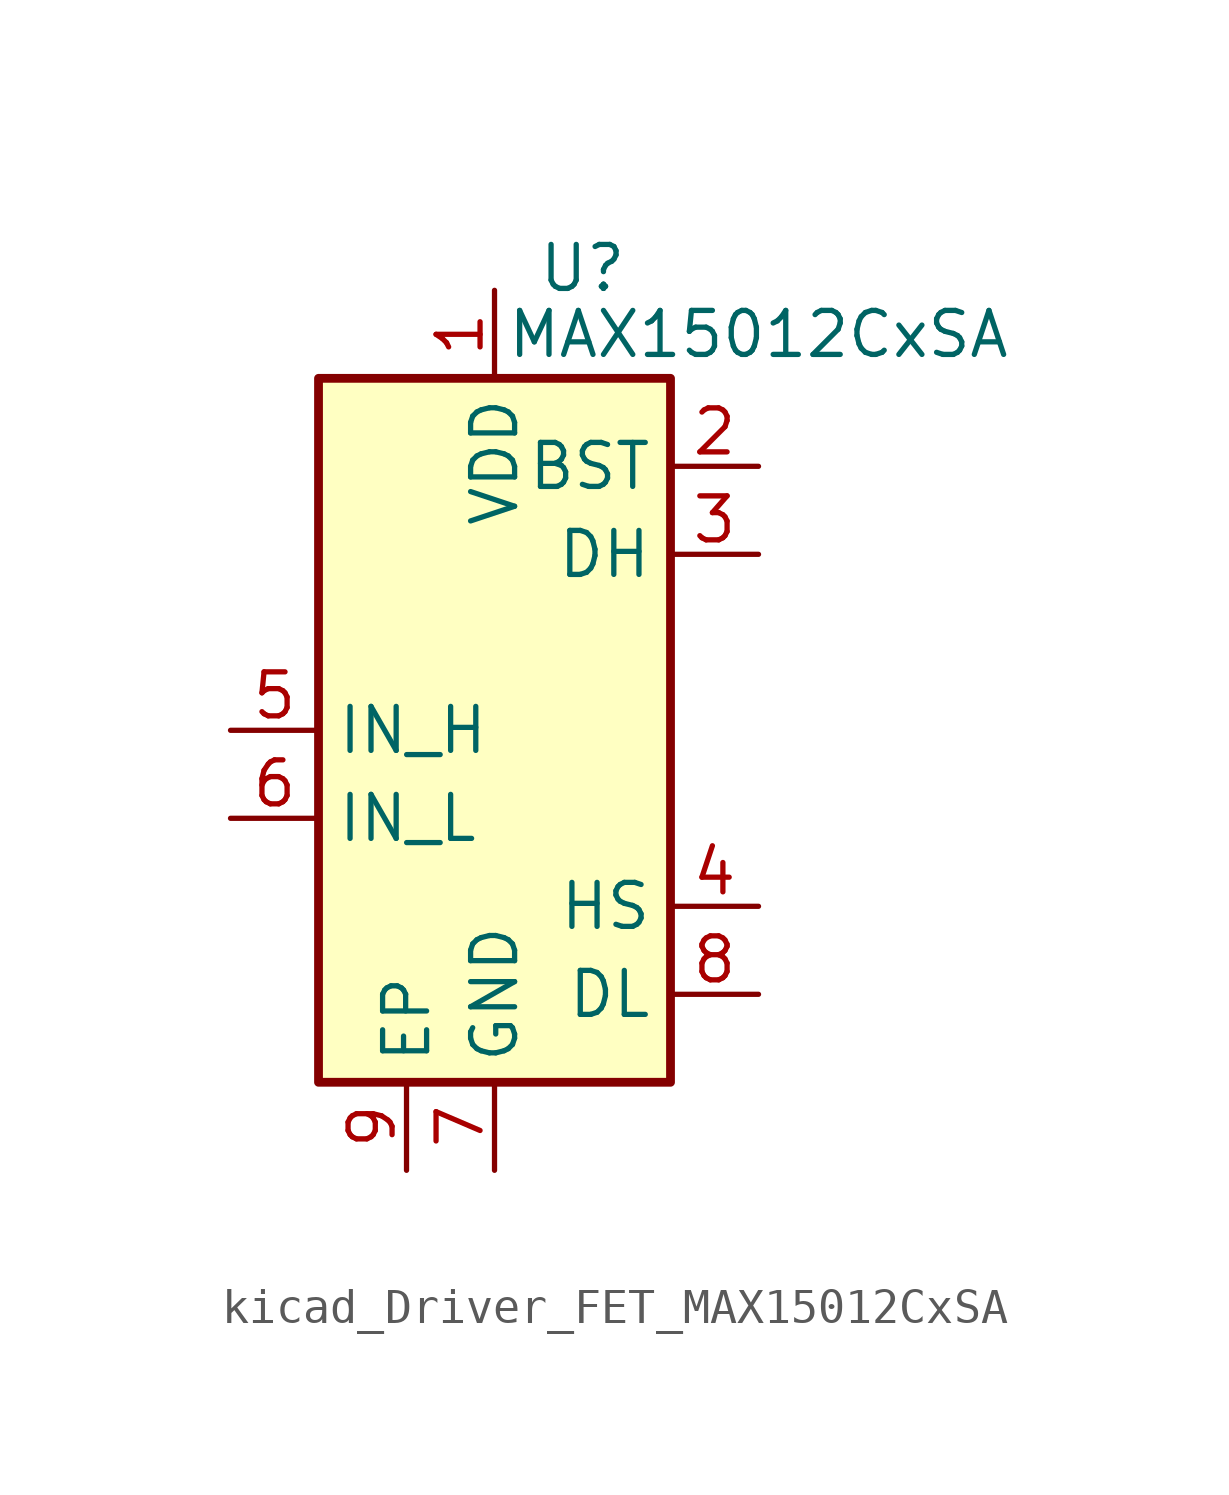
<source format=kicad_sym>
(kicad_symbol_lib
  (version 20220914)
  (generator kicad_symbol_editor)
  (symbol "kicad_Driver_FET_MAX15012CxSA"
    (property "Reference" "U"
      (at 2.54 13.335 0)
      (effects (font (size 1.27 1.27))))
    (property "Value" "MAX15012CxSA"
      (at 7.62 11.43 0)
      (effects (font (size 1.27 1.27))))
    (symbol "kicad_Driver_FET_MAX15012CxSA_0_1"
      (rectangle (start -5.08 -10.16) (end 5.08 10.16) (stroke (width 0.254) (type default)) (fill (type background))))
    (symbol "kicad_Driver_FET_MAX15012CxSA_1_1"
      (pin power_in line (at 0 12.7 270) (length 2.54) (name "VDD" (effects (font (size 1.27 1.27)))) (number "1" (effects (font (size 1.27 1.27)))))
      (pin power_in line (at 7.62 7.62 180) (length 2.54) (name "BST" (effects (font (size 1.27 1.27)))) (number "2" (effects (font (size 1.27 1.27)))))
      (pin output line (at 7.62 5.08 180) (length 2.54) (name "DH" (effects (font (size 1.27 1.27)))) (number "3" (effects (font (size 1.27 1.27)))))
      (pin passive line (at 7.62 -5.08 180) (length 2.54) (name "HS" (effects (font (size 1.27 1.27)))) (number "4" (effects (font (size 1.27 1.27)))))
      (pin input line (at -7.62 0 0) (length 2.54) (name "IN_H" (effects (font (size 1.27 1.27)))) (number "5" (effects (font (size 1.27 1.27)))))
      (pin input line (at -7.62 -2.54 0) (length 2.54) (name "IN_L" (effects (font (size 1.27 1.27)))) (number "6" (effects (font (size 1.27 1.27)))))
      (pin power_in line (at 0 -12.7 90) (length 2.54) (name "GND" (effects (font (size 1.27 1.27)))) (number "7" (effects (font (size 1.27 1.27)))))
      (pin output line (at 7.62 -7.62 180) (length 2.54) (name "DL" (effects (font (size 1.27 1.27)))) (number "8" (effects (font (size 1.27 1.27)))))
      (pin output line (at -2.54 -12.7 90) (length 2.54) (name "EP" (effects (font (size 1.27 1.27)))) (number "9" (effects (font (size 1.27 1.27))))))))
</source>
